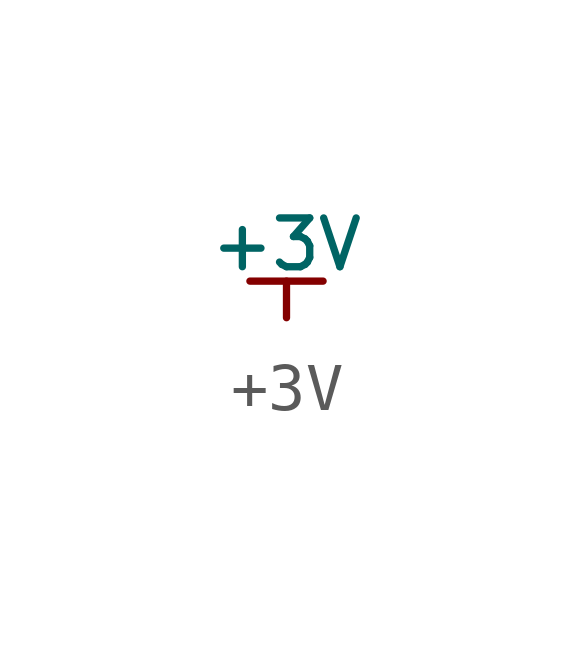
<source format=kicad_sym>
(kicad_symbol_lib
  (version 20211014)
  (generator kicad_symbol_editor)
  (symbol "+3V"
    (power)
    (pin_numbers hide)
    (pin_names
      (offset 0) hide)
    (property "Reference" "#PWR"
      (at 0.254 0 0)
      (effects (font (size 0.508 0.508)) hide))
    (property "Value" "+3V"
      (at 0 1.524 0)
      (effects (font (size 1.016 1.016))))
    (symbol "+3V_0_1"
      (polyline (pts (xy -0.762 0.762) (xy 0.762 0.762)) (stroke (width 0) (type default) (color 0 0 0 0)) (fill (type none)))
      (polyline (pts (xy 0 0) (xy 0 0.762)) (stroke (width 0) (type default) (color 0 0 0 0)) (fill (type none))))
    (symbol "+3V_1_1"
      (pin power_in line (at 0 0 90) (length 0) hide (name "+3V3" (effects (font (size 1.27 1.27)))) (number "1" (effects (font (size 1.27 1.27))))))))
</source>
